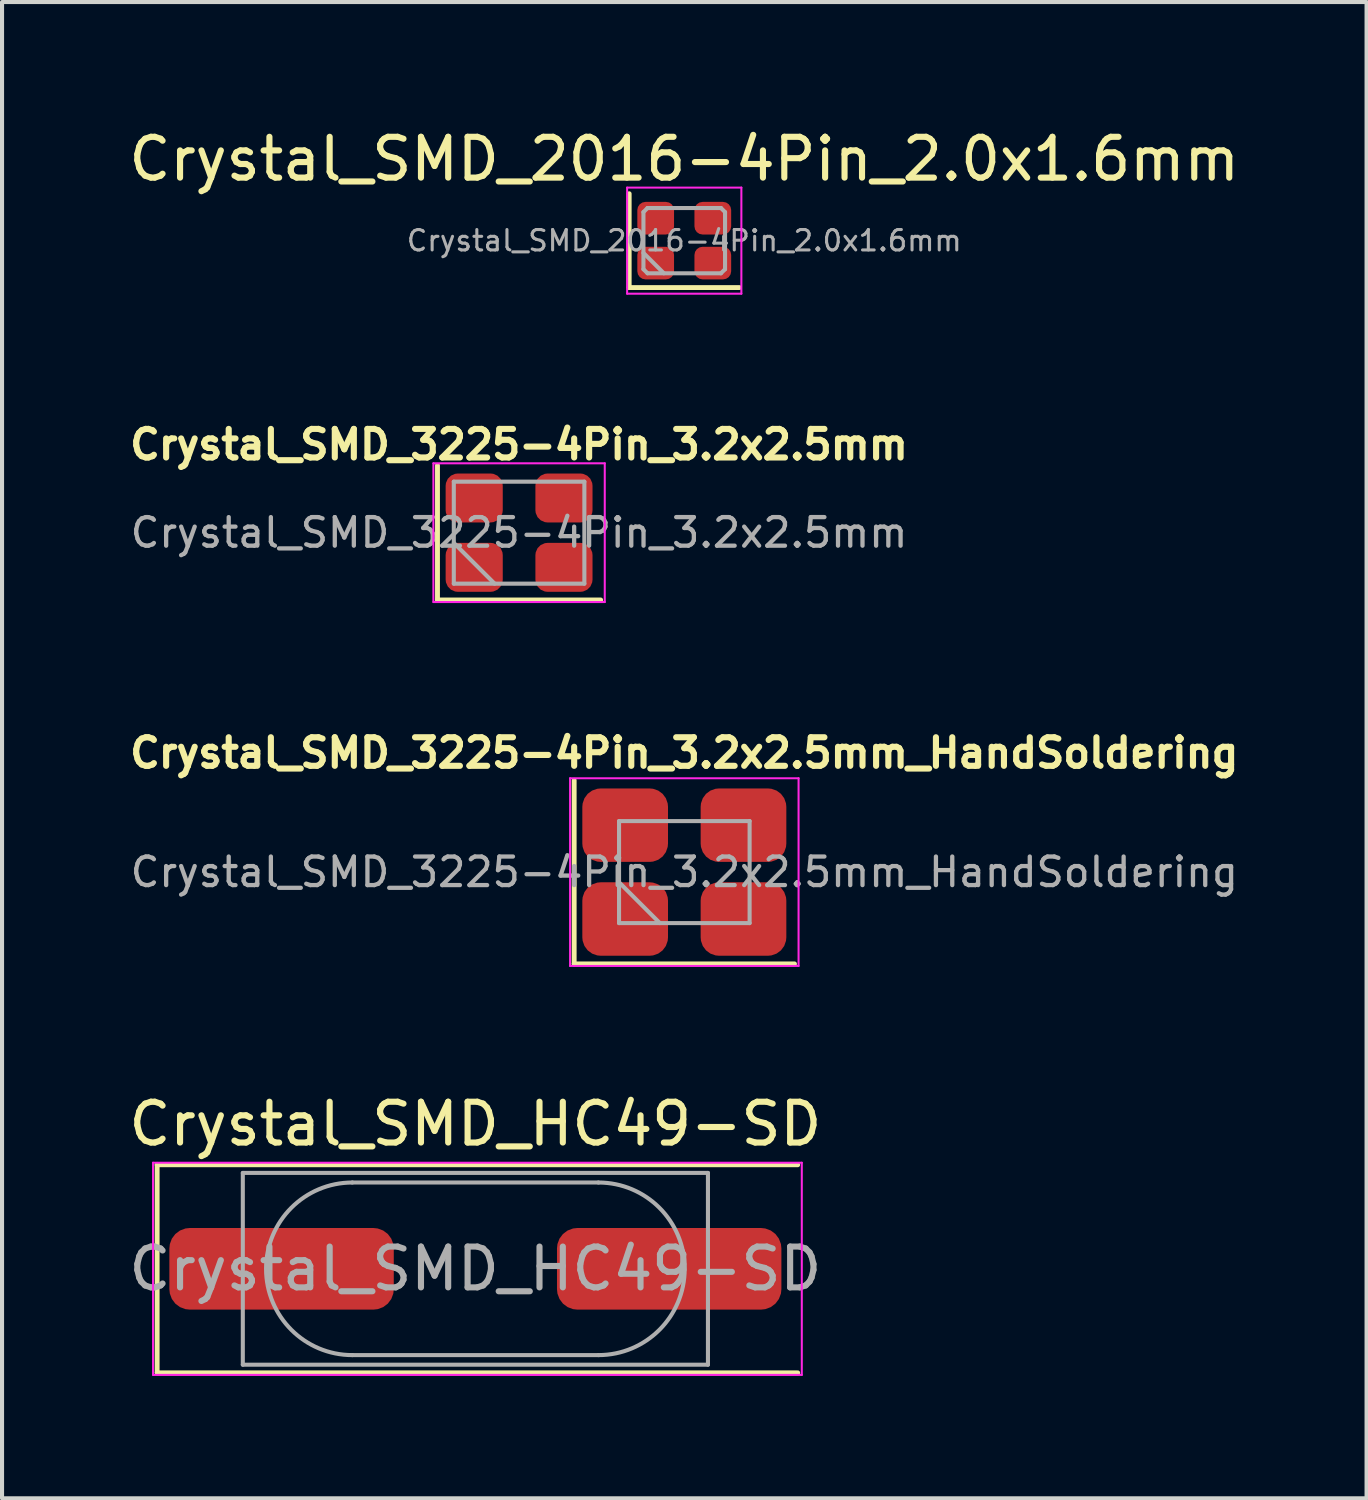
<source format=kicad_pcb>
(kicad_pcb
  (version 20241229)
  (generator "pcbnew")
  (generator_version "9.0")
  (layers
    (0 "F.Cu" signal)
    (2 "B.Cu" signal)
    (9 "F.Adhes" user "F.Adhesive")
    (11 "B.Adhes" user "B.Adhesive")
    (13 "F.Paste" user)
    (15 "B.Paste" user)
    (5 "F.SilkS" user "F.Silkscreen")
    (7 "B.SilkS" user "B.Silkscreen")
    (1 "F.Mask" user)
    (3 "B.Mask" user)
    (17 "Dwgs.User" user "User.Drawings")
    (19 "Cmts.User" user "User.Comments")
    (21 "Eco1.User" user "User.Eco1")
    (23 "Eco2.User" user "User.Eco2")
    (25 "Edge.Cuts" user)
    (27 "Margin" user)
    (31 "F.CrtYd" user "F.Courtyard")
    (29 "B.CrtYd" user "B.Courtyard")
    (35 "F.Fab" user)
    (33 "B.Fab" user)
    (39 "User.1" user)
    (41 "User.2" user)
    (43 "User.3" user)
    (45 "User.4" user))
  (footprint "Crystal_SMD_3225-4Pin_3.2x2.5mm"
    (layer "F.Cu")
    (at 9.672 10.005)
    (property "Reference" "Crystal_SMD_3225-4Pin_3.2x2.5mm" (at 0 -2.159 0) (layer "F.SilkS") (effects (font (size 0.7 0.7) (thickness 0.15))))
    (attr smd)
    (fp_line (start -2 -1.65) (end -2 1.65) (stroke (width 0.12) (type solid)) (layer "F.SilkS"))
    (fp_line (start -2 1.65) (end 2 1.65) (stroke (width 0.12) (type solid)) (layer "F.SilkS"))
    (fp_line (start -2.1 -1.7) (end -2.1 1.7) (stroke (width 0.05) (type solid)) (layer "F.CrtYd"))
    (fp_line (start -2.1 1.7) (end 2.1 1.7) (stroke (width 0.05) (type solid)) (layer "F.CrtYd"))
    (fp_line (start 2.1 -1.7) (end -2.1 -1.7) (stroke (width 0.05) (type solid)) (layer "F.CrtYd"))
    (fp_line (start 2.1 1.7) (end 2.1 -1.7) (stroke (width 0.05) (type solid)) (layer "F.CrtYd"))
    (fp_line (start -1.6 -1.25) (end -1.6 1.25) (stroke (width 0.1) (type solid)) (layer "F.Fab"))
    (fp_line (start -1.6 0.25) (end -0.6 1.25) (stroke (width 0.1) (type solid)) (layer "F.Fab"))
    (fp_line (start -1.6 1.25) (end 1.6 1.25) (stroke (width 0.1) (type solid)) (layer "F.Fab"))
    (fp_line (start 1.6 -1.25) (end -1.6 -1.25) (stroke (width 0.1) (type solid)) (layer "F.Fab"))
    (fp_line (start 1.6 1.25) (end 1.6 -1.25) (stroke (width 0.1) (type solid)) (layer "F.Fab"))
    (fp_text user "${REFERENCE}" (at 0 0 0) (layer "F.Fab") (effects (font (size 0.7 0.7) (thickness 0.105))))
    (pad "1" smd roundrect (at -1.1 0.85) (size 1.4 1.2) (layers "F.Cu" "F.Mask" "F.Paste") (roundrect_rratio 0.25))
    (pad "2" smd roundrect (at 1.1 0.85) (size 1.4 1.2) (layers "F.Cu" "F.Mask" "F.Paste") (roundrect_rratio 0.25))
    (pad "3" smd roundrect (at 1.1 -0.85) (size 1.4 1.2) (layers "F.Cu" "F.Mask" "F.Paste") (roundrect_rratio 0.25))
    (pad "4" smd roundrect (at -1.1 -0.85) (size 1.4 1.2) (layers "F.Cu" "F.Mask" "F.Paste") (roundrect_rratio 0.25)))
  (footprint "Crystal_SMD_HC49-SD"
    (layer "F.Cu")
    (at 8.601 28.047)
    (property "Reference" "Crystal_SMD_HC49-SD" (at 0 -3.55 0) (layer "F.SilkS") (effects (font (size 1 1) (thickness 0.15))))
    (attr smd)
    (fp_line (start -7.8 -2.56) (end -7.8 2.54) (stroke (width 0.12) (type solid)) (layer "F.SilkS"))
    (fp_line (start -7.8 2.55) (end 7.9 2.55) (stroke (width 0.12) (type solid)) (layer "F.SilkS"))
    (fp_line (start 7.9 -2.55) (end -7.8 -2.55) (stroke (width 0.12) (type solid)) (layer "F.SilkS"))
    (fp_line (start -7.9 -2.6) (end -7.9 2.6) (stroke (width 0.05) (type solid)) (layer "F.CrtYd"))
    (fp_line (start -7.9 2.6) (end 8 2.6) (stroke (width 0.05) (type solid)) (layer "F.CrtYd"))
    (fp_line (start 8 -2.6) (end -7.9 -2.6) (stroke (width 0.05) (type solid)) (layer "F.CrtYd"))
    (fp_line (start 8 2.6) (end 8 -2.6) (stroke (width 0.05) (type solid)) (layer "F.CrtYd"))
    (fp_line (start -5.7 -2.35) (end -5.7 2.35) (stroke (width 0.1) (type solid)) (layer "F.Fab"))
    (fp_line (start -5.7 2.35) (end 5.7 2.35) (stroke (width 0.1) (type solid)) (layer "F.Fab"))
    (fp_line (start -3.015 -2.115) (end 3.015 -2.115) (stroke (width 0.1) (type solid)) (layer "F.Fab"))
    (fp_line (start -3.015 2.115) (end 3.015 2.115) (stroke (width 0.1) (type solid)) (layer "F.Fab"))
    (fp_line (start 5.7 -2.35) (end -5.7 -2.35) (stroke (width 0.1) (type solid)) (layer "F.Fab"))
    (fp_line (start 5.7 2.35) (end 5.7 -2.35) (stroke (width 0.1) (type solid)) (layer "F.Fab"))
    (fp_arc (start -3.015 2.115) (mid -5.13 0) (end -3.015 -2.115) (stroke (width 0.1) (type solid)) (layer "F.Fab"))
    (fp_arc (start 3.015 -2.115) (mid 5.13 0) (end 3.015 2.115) (stroke (width 0.1) (type solid)) (layer "F.Fab"))
    (fp_text user "${REFERENCE}" (at 0 0 0) (layer "F.Fab") (effects (font (size 1 1) (thickness 0.15))))
    (pad "1" smd roundrect (at -4.75 0) (size 5.5 2) (layers "F.Cu" "F.Mask" "F.Paste") (roundrect_rratio 0.25))
    (pad "2" smd roundrect (at 4.75 0) (size 5.5 2) (layers "F.Cu" "F.Mask" "F.Paste") (roundrect_rratio 0.25)))
  (footprint "Crystal_SMD_3225-4Pin_3.2x2.5mm_HandSoldering"
    (layer "F.Cu")
    (at 13.722 18.324)
    (property "Reference" "Crystal_SMD_3225-4Pin_3.2x2.5mm_HandSoldering" (at 0 -2.921 0) (layer "F.SilkS") (effects (font (size 0.7 0.7) (thickness 0.15))))
    (attr smd)
    (fp_line (start -2.7 -2.25) (end -2.7 2.25) (stroke (width 0.12) (type solid)) (layer "F.SilkS"))
    (fp_line (start -2.7 2.25) (end 2.7 2.25) (stroke (width 0.12) (type solid)) (layer "F.SilkS"))
    (fp_line (start -2.8 -2.3) (end -2.8 2.3) (stroke (width 0.05) (type solid)) (layer "F.CrtYd"))
    (fp_line (start -2.8 2.3) (end 2.8 2.3) (stroke (width 0.05) (type solid)) (layer "F.CrtYd"))
    (fp_line (start 2.8 -2.3) (end -2.8 -2.3) (stroke (width 0.05) (type solid)) (layer "F.CrtYd"))
    (fp_line (start 2.8 2.3) (end 2.8 -2.3) (stroke (width 0.05) (type solid)) (layer "F.CrtYd"))
    (fp_line (start -1.6 -1.25) (end -1.6 1.25) (stroke (width 0.1) (type solid)) (layer "F.Fab"))
    (fp_line (start -1.6 0.25) (end -0.6 1.25) (stroke (width 0.1) (type solid)) (layer "F.Fab"))
    (fp_line (start -1.6 1.25) (end 1.6 1.25) (stroke (width 0.1) (type solid)) (layer "F.Fab"))
    (fp_line (start 1.6 -1.25) (end -1.6 -1.25) (stroke (width 0.1) (type solid)) (layer "F.Fab"))
    (fp_line (start 1.6 1.25) (end 1.6 -1.25) (stroke (width 0.1) (type solid)) (layer "F.Fab"))
    (fp_text user "${REFERENCE}" (at 0 0 0) (layer "F.Fab") (effects (font (size 0.7 0.7) (thickness 0.105))))
    (pad "1" smd roundrect (at -1.45 1.15) (size 2.1 1.8) (layers "F.Cu" "F.Mask" "F.Paste") (roundrect_rratio 0.25))
    (pad "2" smd roundrect (at 1.45 1.15) (size 2.1 1.8) (layers "F.Cu" "F.Mask" "F.Paste") (roundrect_rratio 0.25))
    (pad "3" smd roundrect (at 1.45 -1.15) (size 2.1 1.8) (layers "F.Cu" "F.Mask" "F.Paste") (roundrect_rratio 0.25))
    (pad "4" smd roundrect (at -1.45 -1.15) (size 2.1 1.8) (layers "F.Cu" "F.Mask" "F.Paste") (roundrect_rratio 0.25)))
  (footprint "Crystal_SMD_2016-4Pin_2.0x1.6mm"
    (layer "F.Cu")
    (at 13.72 2.848)
    (property "Reference" "Crystal_SMD_2016-4Pin_2.0x1.6mm" (at 0 -2 0) (layer "F.SilkS") (effects (font (size 1 1) (thickness 0.15))))
    (attr smd)
    (fp_line (start -1.35 -1.15) (end -1.35 1.15) (stroke (width 0.12) (type solid)) (layer "F.SilkS"))
    (fp_line (start -1.35 1.15) (end 1.35 1.15) (stroke (width 0.12) (type solid)) (layer "F.SilkS"))
    (fp_line (start -1.4 -1.3) (end -1.4 1.3) (stroke (width 0.05) (type solid)) (layer "F.CrtYd"))
    (fp_line (start -1.4 1.3) (end 1.4 1.3) (stroke (width 0.05) (type solid)) (layer "F.CrtYd"))
    (fp_line (start 1.4 -1.3) (end -1.4 -1.3) (stroke (width 0.05) (type solid)) (layer "F.CrtYd"))
    (fp_line (start 1.4 1.3) (end 1.4 -1.3) (stroke (width 0.05) (type solid)) (layer "F.CrtYd"))
    (fp_line (start -1 -0.7) (end -0.9 -0.8) (stroke (width 0.1) (type solid)) (layer "F.Fab"))
    (fp_line (start -1 0.3) (end -0.5 0.8) (stroke (width 0.1) (type solid)) (layer "F.Fab"))
    (fp_line (start -1 0.7) (end -1 -0.7) (stroke (width 0.1) (type solid)) (layer "F.Fab"))
    (fp_line (start -0.9 -0.8) (end 0.9 -0.8) (stroke (width 0.1) (type solid)) (layer "F.Fab"))
    (fp_line (start -0.9 0.8) (end -1 0.7) (stroke (width 0.1) (type solid)) (layer "F.Fab"))
    (fp_line (start 0.9 -0.8) (end 1 -0.7) (stroke (width 0.1) (type solid)) (layer "F.Fab"))
    (fp_line (start 0.9 0.8) (end -0.9 0.8) (stroke (width 0.1) (type solid)) (layer "F.Fab"))
    (fp_line (start 1 -0.7) (end 1 0.7) (stroke (width 0.1) (type solid)) (layer "F.Fab"))
    (fp_line (start 1 0.7) (end 0.9 0.8) (stroke (width 0.1) (type solid)) (layer "F.Fab"))
    (fp_text user "${REFERENCE}" (at 0 0 0) (layer "F.Fab") (effects (font (size 0.5 0.5) (thickness 0.075))))
    (pad "1" smd roundrect (at -0.7 0.55) (size 0.9 0.8) (layers "F.Cu" "F.Mask" "F.Paste") (roundrect_rratio 0.25))
    (pad "2" smd roundrect (at 0.7 0.55) (size 0.9 0.8) (layers "F.Cu" "F.Mask" "F.Paste") (roundrect_rratio 0.25))
    (pad "3" smd roundrect (at 0.7 -0.55) (size 0.9 0.8) (layers "F.Cu" "F.Mask" "F.Paste") (roundrect_rratio 0.25))
    (pad "4" smd roundrect (at -0.7 -0.55) (size 0.9 0.8) (layers "F.Cu" "F.Mask" "F.Paste") (roundrect_rratio 0.25)))
  (gr_rect
    (start -3 -3)
    (end 30.443 33.672)
    (stroke (width 0.1) (type default))
    (fill no)
    (layer "Edge.Cuts")))
</source>
